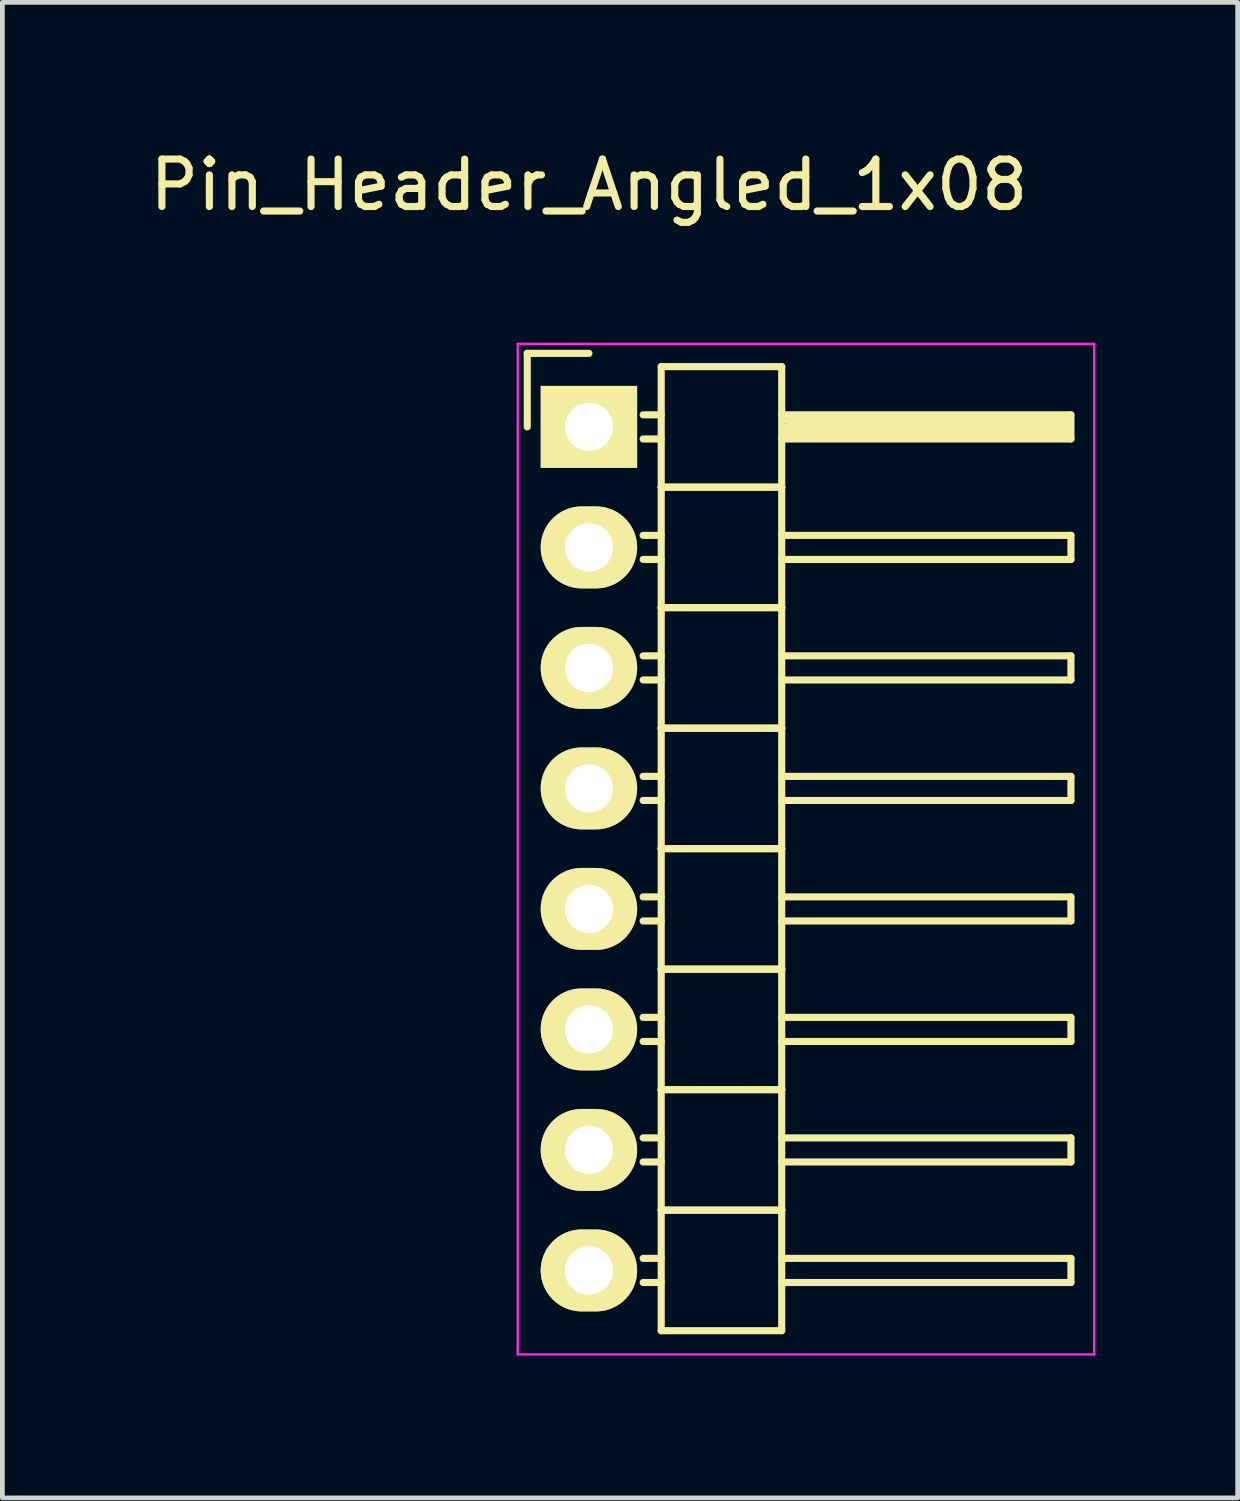
<source format=kicad_pcb>
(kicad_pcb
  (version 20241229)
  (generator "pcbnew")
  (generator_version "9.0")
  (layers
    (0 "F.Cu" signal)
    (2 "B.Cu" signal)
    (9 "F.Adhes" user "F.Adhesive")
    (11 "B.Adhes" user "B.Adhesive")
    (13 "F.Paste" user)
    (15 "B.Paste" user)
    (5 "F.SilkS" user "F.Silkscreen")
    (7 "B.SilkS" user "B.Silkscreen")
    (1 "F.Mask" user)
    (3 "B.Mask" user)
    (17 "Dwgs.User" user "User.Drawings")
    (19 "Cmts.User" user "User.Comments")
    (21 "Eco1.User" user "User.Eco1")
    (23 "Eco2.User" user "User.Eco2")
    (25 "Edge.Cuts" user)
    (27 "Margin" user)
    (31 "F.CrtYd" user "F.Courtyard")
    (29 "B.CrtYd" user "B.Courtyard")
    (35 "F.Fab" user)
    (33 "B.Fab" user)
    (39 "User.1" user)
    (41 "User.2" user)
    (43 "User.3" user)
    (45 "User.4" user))
  (footprint "Pin_Header_Angled_1x08"
    (layer "F.Cu")
    (at 9.363 14.838)
    (property "Reference" "Pin_Header_Angled_1x08" (at 0 -13.99 0) (layer "F.SilkS") (effects (font (size 1 1) (thickness 0.15))))
    (attr through_hole)
    (fp_line (start -1.3 -10.44) (end -1.3 -8.89) (stroke (width 0.15) (type solid)) (layer "F.SilkS"))
    (fp_line (start 0 -10.44) (end -1.3 -10.44) (stroke (width 0.15) (type solid)) (layer "F.SilkS"))
    (fp_line (start 1.524 -10.16) (end 1.524 -7.62) (stroke (width 0.15) (type solid)) (layer "F.SilkS"))
    (fp_line (start 1.524 -10.16) (end 4.064 -10.16) (stroke (width 0.15) (type solid)) (layer "F.SilkS"))
    (fp_line (start 1.524 -9.144) (end 1.143 -9.144) (stroke (width 0.15) (type solid)) (layer "F.SilkS"))
    (fp_line (start 1.524 -8.636) (end 1.143 -8.636) (stroke (width 0.15) (type solid)) (layer "F.SilkS"))
    (fp_line (start 1.524 -7.62) (end 1.524 -5.08) (stroke (width 0.15) (type solid)) (layer "F.SilkS"))
    (fp_line (start 1.524 -7.62) (end 4.064 -7.62) (stroke (width 0.15) (type solid)) (layer "F.SilkS"))
    (fp_line (start 1.524 -7.62) (end 4.064 -7.62) (stroke (width 0.15) (type solid)) (layer "F.SilkS"))
    (fp_line (start 1.524 -6.604) (end 1.143 -6.604) (stroke (width 0.15) (type solid)) (layer "F.SilkS"))
    (fp_line (start 1.524 -6.096) (end 1.143 -6.096) (stroke (width 0.15) (type solid)) (layer "F.SilkS"))
    (fp_line (start 1.524 -5.08) (end 1.524 -2.54) (stroke (width 0.15) (type solid)) (layer "F.SilkS"))
    (fp_line (start 1.524 -5.08) (end 4.064 -5.08) (stroke (width 0.15) (type solid)) (layer "F.SilkS"))
    (fp_line (start 1.524 -5.08) (end 4.064 -5.08) (stroke (width 0.15) (type solid)) (layer "F.SilkS"))
    (fp_line (start 1.524 -4.064) (end 1.143 -4.064) (stroke (width 0.15) (type solid)) (layer "F.SilkS"))
    (fp_line (start 1.524 -3.556) (end 1.143 -3.556) (stroke (width 0.15) (type solid)) (layer "F.SilkS"))
    (fp_line (start 1.524 -2.54) (end 1.524 0) (stroke (width 0.15) (type solid)) (layer "F.SilkS"))
    (fp_line (start 1.524 -2.54) (end 4.064 -2.54) (stroke (width 0.15) (type solid)) (layer "F.SilkS"))
    (fp_line (start 1.524 -2.54) (end 4.064 -2.54) (stroke (width 0.15) (type solid)) (layer "F.SilkS"))
    (fp_line (start 1.524 -1.524) (end 1.143 -1.524) (stroke (width 0.15) (type solid)) (layer "F.SilkS"))
    (fp_line (start 1.524 -1.016) (end 1.143 -1.016) (stroke (width 0.15) (type solid)) (layer "F.SilkS"))
    (fp_line (start 1.524 0) (end 1.524 2.54) (stroke (width 0.15) (type solid)) (layer "F.SilkS"))
    (fp_line (start 1.524 0) (end 4.064 0) (stroke (width 0.15) (type solid)) (layer "F.SilkS"))
    (fp_line (start 1.524 0) (end 4.064 0) (stroke (width 0.15) (type solid)) (layer "F.SilkS"))
    (fp_line (start 1.524 1.016) (end 1.143 1.016) (stroke (width 0.15) (type solid)) (layer "F.SilkS"))
    (fp_line (start 1.524 1.524) (end 1.143 1.524) (stroke (width 0.15) (type solid)) (layer "F.SilkS"))
    (fp_line (start 1.524 2.54) (end 1.524 5.08) (stroke (width 0.15) (type solid)) (layer "F.SilkS"))
    (fp_line (start 1.524 2.54) (end 4.064 2.54) (stroke (width 0.15) (type solid)) (layer "F.SilkS"))
    (fp_line (start 1.524 2.54) (end 4.064 2.54) (stroke (width 0.15) (type solid)) (layer "F.SilkS"))
    (fp_line (start 1.524 3.556) (end 1.143 3.556) (stroke (width 0.15) (type solid)) (layer "F.SilkS"))
    (fp_line (start 1.524 4.064) (end 1.143 4.064) (stroke (width 0.15) (type solid)) (layer "F.SilkS"))
    (fp_line (start 1.524 5.08) (end 1.524 7.62) (stroke (width 0.15) (type solid)) (layer "F.SilkS"))
    (fp_line (start 1.524 5.08) (end 4.064 5.08) (stroke (width 0.15) (type solid)) (layer "F.SilkS"))
    (fp_line (start 1.524 5.08) (end 4.064 5.08) (stroke (width 0.15) (type solid)) (layer "F.SilkS"))
    (fp_line (start 1.524 6.096) (end 1.143 6.096) (stroke (width 0.15) (type solid)) (layer "F.SilkS"))
    (fp_line (start 1.524 6.604) (end 1.143 6.604) (stroke (width 0.15) (type solid)) (layer "F.SilkS"))
    (fp_line (start 1.524 7.62) (end 1.524 10.16) (stroke (width 0.15) (type solid)) (layer "F.SilkS"))
    (fp_line (start 1.524 7.62) (end 4.064 7.62) (stroke (width 0.15) (type solid)) (layer "F.SilkS"))
    (fp_line (start 1.524 7.62) (end 4.064 7.62) (stroke (width 0.15) (type solid)) (layer "F.SilkS"))
    (fp_line (start 1.524 8.636) (end 1.143 8.636) (stroke (width 0.15) (type solid)) (layer "F.SilkS"))
    (fp_line (start 1.524 9.144) (end 1.143 9.144) (stroke (width 0.15) (type solid)) (layer "F.SilkS"))
    (fp_line (start 1.524 10.16) (end 4.064 10.16) (stroke (width 0.15) (type solid)) (layer "F.SilkS"))
    (fp_line (start 4.064 -9.144) (end 10.16 -9.144) (stroke (width 0.15) (type solid)) (layer "F.SilkS"))
    (fp_line (start 4.064 -7.62) (end 4.064 -10.16) (stroke (width 0.15) (type solid)) (layer "F.SilkS"))
    (fp_line (start 4.064 -6.604) (end 10.16 -6.604) (stroke (width 0.15) (type solid)) (layer "F.SilkS"))
    (fp_line (start 4.064 -5.08) (end 4.064 -7.62) (stroke (width 0.15) (type solid)) (layer "F.SilkS"))
    (fp_line (start 4.064 -4.064) (end 10.16 -4.064) (stroke (width 0.15) (type solid)) (layer "F.SilkS"))
    (fp_line (start 4.064 -2.54) (end 4.064 -5.08) (stroke (width 0.15) (type solid)) (layer "F.SilkS"))
    (fp_line (start 4.064 -1.524) (end 10.16 -1.524) (stroke (width 0.15) (type solid)) (layer "F.SilkS"))
    (fp_line (start 4.064 0) (end 4.064 -2.54) (stroke (width 0.15) (type solid)) (layer "F.SilkS"))
    (fp_line (start 4.064 1.016) (end 10.16 1.016) (stroke (width 0.15) (type solid)) (layer "F.SilkS"))
    (fp_line (start 4.064 2.54) (end 4.064 0) (stroke (width 0.15) (type solid)) (layer "F.SilkS"))
    (fp_line (start 4.064 3.556) (end 10.16 3.556) (stroke (width 0.15) (type solid)) (layer "F.SilkS"))
    (fp_line (start 4.064 5.08) (end 4.064 2.54) (stroke (width 0.15) (type solid)) (layer "F.SilkS"))
    (fp_line (start 4.064 6.096) (end 10.16 6.096) (stroke (width 0.15) (type solid)) (layer "F.SilkS"))
    (fp_line (start 4.064 7.62) (end 4.064 5.08) (stroke (width 0.15) (type solid)) (layer "F.SilkS"))
    (fp_line (start 4.064 8.636) (end 10.16 8.636) (stroke (width 0.15) (type solid)) (layer "F.SilkS"))
    (fp_line (start 4.064 10.16) (end 4.064 7.62) (stroke (width 0.15) (type solid)) (layer "F.SilkS"))
    (fp_line (start 4.191 -9.017) (end 10.033 -9.017) (stroke (width 0.15) (type solid)) (layer "F.SilkS"))
    (fp_line (start 4.191 -8.89) (end 10.033 -8.89) (stroke (width 0.15) (type solid)) (layer "F.SilkS"))
    (fp_line (start 4.191 -8.763) (end 4.191 -8.89) (stroke (width 0.15) (type solid)) (layer "F.SilkS"))
    (fp_line (start 10.033 -9.017) (end 10.033 -8.763) (stroke (width 0.15) (type solid)) (layer "F.SilkS"))
    (fp_line (start 10.033 -8.763) (end 4.191 -8.763) (stroke (width 0.15) (type solid)) (layer "F.SilkS"))
    (fp_line (start 10.16 -9.144) (end 10.16 -8.636) (stroke (width 0.15) (type solid)) (layer "F.SilkS"))
    (fp_line (start 10.16 -8.636) (end 4.064 -8.636) (stroke (width 0.15) (type solid)) (layer "F.SilkS"))
    (fp_line (start 10.16 -6.604) (end 10.16 -6.096) (stroke (width 0.15) (type solid)) (layer "F.SilkS"))
    (fp_line (start 10.16 -6.096) (end 4.064 -6.096) (stroke (width 0.15) (type solid)) (layer "F.SilkS"))
    (fp_line (start 10.16 -4.064) (end 10.16 -3.556) (stroke (width 0.15) (type solid)) (layer "F.SilkS"))
    (fp_line (start 10.16 -3.556) (end 4.064 -3.556) (stroke (width 0.15) (type solid)) (layer "F.SilkS"))
    (fp_line (start 10.16 -1.524) (end 10.16 -1.016) (stroke (width 0.15) (type solid)) (layer "F.SilkS"))
    (fp_line (start 10.16 -1.016) (end 4.064 -1.016) (stroke (width 0.15) (type solid)) (layer "F.SilkS"))
    (fp_line (start 10.16 1.016) (end 10.16 1.524) (stroke (width 0.15) (type solid)) (layer "F.SilkS"))
    (fp_line (start 10.16 1.524) (end 4.064 1.524) (stroke (width 0.15) (type solid)) (layer "F.SilkS"))
    (fp_line (start 10.16 3.556) (end 10.16 4.064) (stroke (width 0.15) (type solid)) (layer "F.SilkS"))
    (fp_line (start 10.16 4.064) (end 4.064 4.064) (stroke (width 0.15) (type solid)) (layer "F.SilkS"))
    (fp_line (start 10.16 6.096) (end 10.16 6.604) (stroke (width 0.15) (type solid)) (layer "F.SilkS"))
    (fp_line (start 10.16 6.604) (end 4.064 6.604) (stroke (width 0.15) (type solid)) (layer "F.SilkS"))
    (fp_line (start 10.16 8.636) (end 10.16 9.144) (stroke (width 0.15) (type solid)) (layer "F.SilkS"))
    (fp_line (start 10.16 9.144) (end 4.064 9.144) (stroke (width 0.15) (type solid)) (layer "F.SilkS"))
    (fp_line (start -1.5 -10.64) (end -1.5 10.66) (stroke (width 0.05) (type solid)) (layer "F.CrtYd"))
    (fp_line (start -1.5 -10.64) (end 10.65 -10.64) (stroke (width 0.05) (type solid)) (layer "F.CrtYd"))
    (fp_line (start -1.5 10.66) (end 10.65 10.66) (stroke (width 0.05) (type solid)) (layer "F.CrtYd"))
    (fp_line (start 10.65 -10.64) (end 10.65 10.66) (stroke (width 0.05) (type solid)) (layer "F.CrtYd"))
    (pad "1" thru_hole rect (at 0 -8.89) (size 2.032 1.727) (drill 1.016) (layers "*.Cu" "*.Mask" "F.SilkS"))
    (pad "2" thru_hole oval (at 0 -6.35) (size 2.032 1.727) (drill 1.016) (layers "*.Cu" "*.Mask" "F.SilkS"))
    (pad "3" thru_hole oval (at 0 -3.81) (size 2.032 1.727) (drill 1.016) (layers "*.Cu" "*.Mask" "F.SilkS"))
    (pad "4" thru_hole oval (at 0 -1.27) (size 2.032 1.727) (drill 1.016) (layers "*.Cu" "*.Mask" "F.SilkS"))
    (pad "5" thru_hole oval (at 0 1.27) (size 2.032 1.727) (drill 1.016) (layers "*.Cu" "*.Mask" "F.SilkS"))
    (pad "6" thru_hole oval (at 0 3.81) (size 2.032 1.727) (drill 1.016) (layers "*.Cu" "*.Mask" "F.SilkS"))
    (pad "7" thru_hole oval (at 0 6.35) (size 2.032 1.727) (drill 1.016) (layers "*.Cu" "*.Mask" "F.SilkS"))
    (pad "8" thru_hole oval (at 0 8.89) (size 2.032 1.727) (drill 1.016) (layers "*.Cu" "*.Mask" "F.SilkS")))
  (gr_rect
    (start -3 -3)
    (end 23.038 28.523)
    (stroke (width 0.1) (type default))
    (fill no)
    (layer "Edge.Cuts")))
</source>
